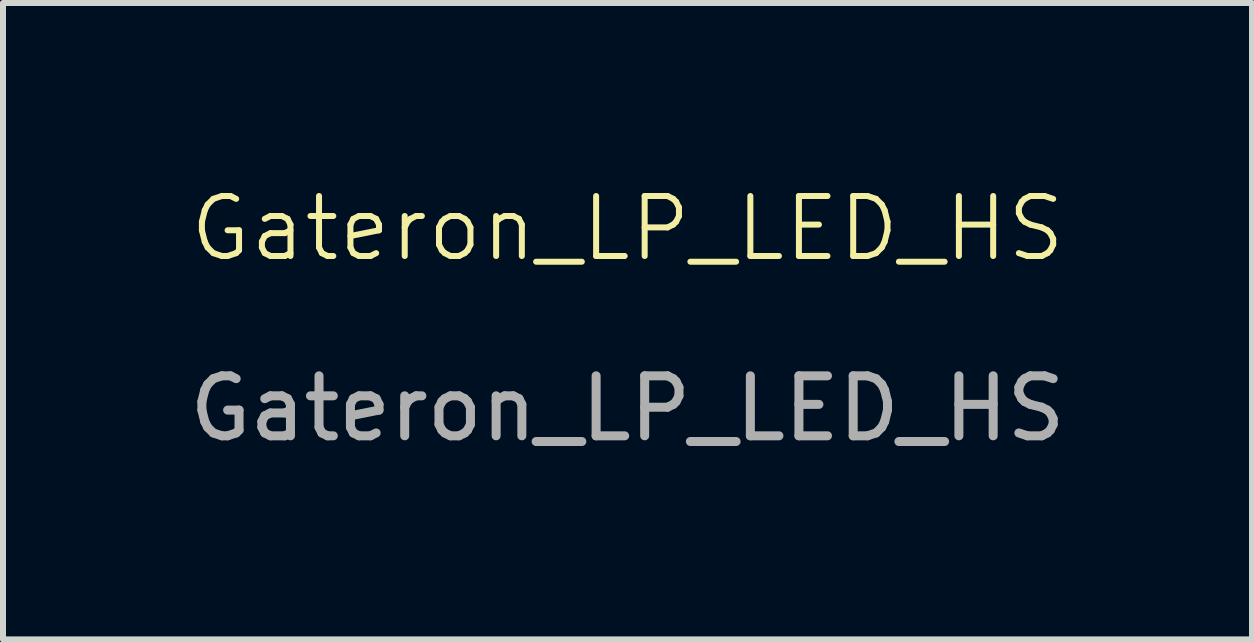
<source format=kicad_pcb>
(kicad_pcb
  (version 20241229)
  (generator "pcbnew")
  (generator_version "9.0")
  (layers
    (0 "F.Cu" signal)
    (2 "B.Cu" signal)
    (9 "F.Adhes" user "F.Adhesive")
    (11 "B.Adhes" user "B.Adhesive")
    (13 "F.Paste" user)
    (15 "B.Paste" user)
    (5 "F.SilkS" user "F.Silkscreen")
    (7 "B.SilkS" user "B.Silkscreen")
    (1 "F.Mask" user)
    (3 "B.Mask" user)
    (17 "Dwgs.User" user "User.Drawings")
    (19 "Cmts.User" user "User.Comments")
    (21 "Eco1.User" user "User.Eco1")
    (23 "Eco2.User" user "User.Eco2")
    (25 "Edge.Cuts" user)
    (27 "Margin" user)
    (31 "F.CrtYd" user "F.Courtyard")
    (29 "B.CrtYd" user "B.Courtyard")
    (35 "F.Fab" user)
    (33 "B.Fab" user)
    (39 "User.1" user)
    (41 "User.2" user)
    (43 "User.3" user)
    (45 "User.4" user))
  (footprint "Gateron_LP_LED_HS"
    (layer "F.Cu")
    (at 7.411 1.26)
    (property "Reference" "Gateron_LP_LED_HS" (at 0 -0.5 0) (unlocked yes) (layer "F.SilkS") (effects (font (size 1 1) (thickness 0.1))))
    (attr through_hole)
    (fp_text user "${REFERENCE}" (at 0 2.5 0) (unlocked yes) (layer "F.Fab") (effects (font (size 1 1) (thickness 0.15)))))
  (gr_rect
    (start -3 -3)
    (end 17.821 7.609)
    (stroke (width 0.1) (type default))
    (fill no)
    (layer "Edge.Cuts")))
</source>
